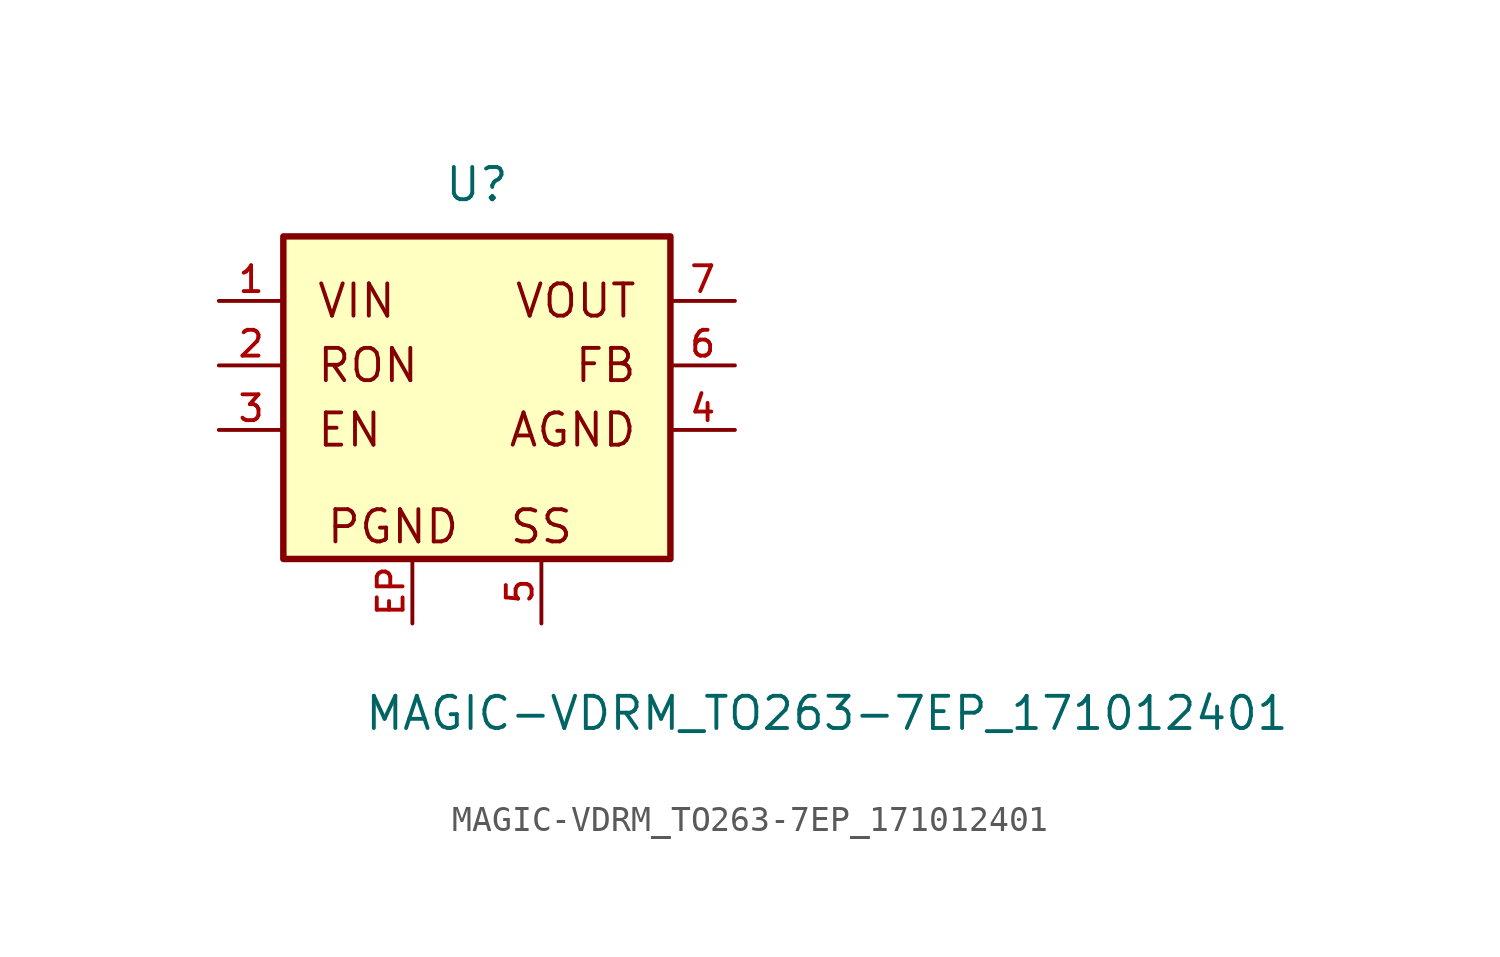
<source format=kicad_sym>
(kicad_symbol_lib
  (version 20231120)
  (generator "kicad_symbol_editor")
  (generator_version "8.0")
  (symbol "MAGIC-VDRM_TO263-7EP_171012401"
    (pin_names
      (offset 1.016))
    (property "Reference" "U"
      (at 0 8.92 0)
      (effects (font (size 1.27 1.27)) (justify bottom)))
    (property "Value" "MAGIC-VDRM_TO263-7EP_171012401"
      (at -4.46 -11.9 0)
      (effects (font (size 1.27 1.27)) (justify left bottom)))
    (symbol "MAGIC-VDRM_TO263-7EP_171012401_0_0"
      (rectangle (start -7.62 -5.08) (end 7.62 7.62) (stroke (width 0.254) (type default)) (fill (type background)))
      (text "AGND" (at 6.35 0 0) (effects (font (size 1.27 1.27)) (justify right)))
      (text "EN" (at -6.35 0 0) (effects (font (size 1.27 1.27)) (justify left)))
      (text "FB" (at 6.35 2.54 0) (effects (font (size 1.27 1.27)) (justify right)))
      (text "PGND" (at -3.302 -3.81 0) (effects (font (size 1.27 1.27))))
      (text "RON" (at -6.35 2.54 0) (effects (font (size 1.27 1.27)) (justify left)))
      (text "SS" (at 2.54 -3.81 0) (effects (font (size 1.27 1.27))))
      (text "VIN" (at -6.35 5.08 0) (effects (font (size 1.27 1.27)) (justify left)))
      (text "VOUT" (at 6.35 5.08 0) (effects (font (size 1.27 1.27)) (justify right)))
      (pin bidirectional line (at -10.16 5.08 0) (length 2.54) (name "~" (effects (font (size 1.016 1.016)))) (number "1" (effects (font (size 1.016 1.016)))))
      (pin bidirectional line (at -10.16 2.54 0) (length 2.54) (name "~" (effects (font (size 1.016 1.016)))) (number "2" (effects (font (size 1.016 1.016)))))
      (pin bidirectional line (at -10.16 0 0) (length 2.54) (name "~" (effects (font (size 1.016 1.016)))) (number "3" (effects (font (size 1.016 1.016)))))
      (pin bidirectional line (at 10.16 0 180) (length 2.54) (name "~" (effects (font (size 1.016 1.016)))) (number "4" (effects (font (size 1.016 1.016)))))
      (pin bidirectional line (at 2.54 -7.62 90) (length 2.54) (name "~" (effects (font (size 1.016 1.016)))) (number "5" (effects (font (size 1.016 1.016)))))
      (pin bidirectional line (at 10.16 2.54 180) (length 2.54) (name "~" (effects (font (size 1.016 1.016)))) (number "6" (effects (font (size 1.016 1.016)))))
      (pin bidirectional line (at 10.16 5.08 180) (length 2.54) (name "~" (effects (font (size 1.016 1.016)))) (number "7" (effects (font (size 1.016 1.016)))))
      (pin bidirectional line (at -2.54 -7.62 90) (length 2.54) (name "~" (effects (font (size 1.016 1.016)))) (number "EP" (effects (font (size 1.016 1.016))))))))
</source>
